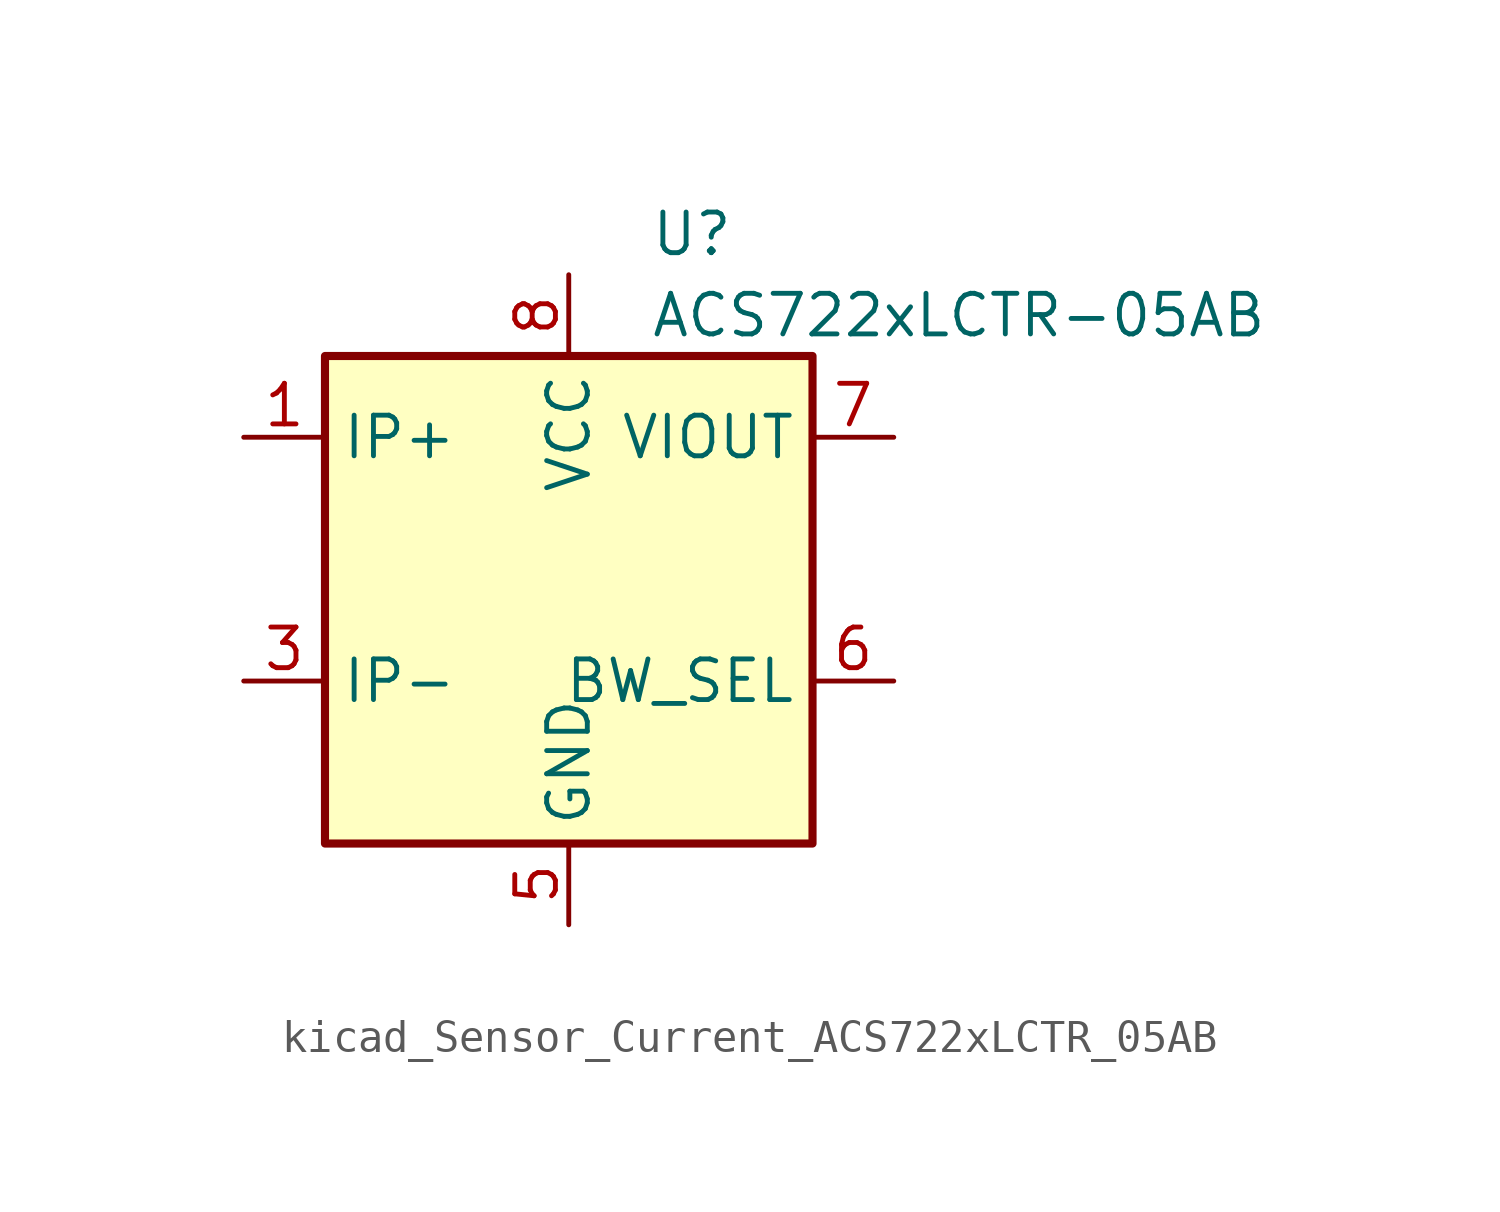
<source format=kicad_sym>
(kicad_symbol_lib
  (version 20220914)
  (generator kicad_symbol_editor)
  (symbol "kicad_Sensor_Current_ACS722xLCTR_05AB"
    (property "Reference" "U"
      (at 2.54 11.43 0)
      (effects (font (size 1.27 1.27)) (justify left)))
    (property "Value" "ACS722xLCTR-05AB"
      (at 2.54 8.89 0)
      (effects (font (size 1.27 1.27)) (justify left)))
    (symbol "kicad_Sensor_Current_ACS722xLCTR_05AB_0_1"
      (rectangle (start -7.62 7.62) (end 7.62 -7.62) (stroke (width 0.254) (type default)) (fill (type background))))
    (symbol "kicad_Sensor_Current_ACS722xLCTR_05AB_1_1"
      (pin passive line (at -10.16 5.08 0) (length 2.54) (name "IP+" (effects (font (size 1.27 1.27)))) (number "1" (effects (font (size 1.27 1.27)))))
      (pin passive line (at -10.16 5.08 0) (length 2.54) hide (name "IP+" (effects (font (size 1.27 1.27)))) (number "2" (effects (font (size 1.27 1.27)))))
      (pin passive line (at -10.16 -2.54 0) (length 2.54) (name "IP-" (effects (font (size 1.27 1.27)))) (number "3" (effects (font (size 1.27 1.27)))))
      (pin passive line (at -10.16 -2.54 0) (length 2.54) hide (name "IP-" (effects (font (size 1.27 1.27)))) (number "4" (effects (font (size 1.27 1.27)))))
      (pin power_in line (at 0 -10.16 90) (length 2.54) (name "GND" (effects (font (size 1.27 1.27)))) (number "5" (effects (font (size 1.27 1.27)))))
      (pin input line (at 10.16 -2.54 180) (length 2.54) (name "BW_SEL" (effects (font (size 1.27 1.27)))) (number "6" (effects (font (size 1.27 1.27)))))
      (pin output line (at 10.16 5.08 180) (length 2.54) (name "VIOUT" (effects (font (size 1.27 1.27)))) (number "7" (effects (font (size 1.27 1.27)))))
      (pin power_in line (at 0 10.16 270) (length 2.54) (name "VCC" (effects (font (size 1.27 1.27)))) (number "8" (effects (font (size 1.27 1.27))))))))
</source>
